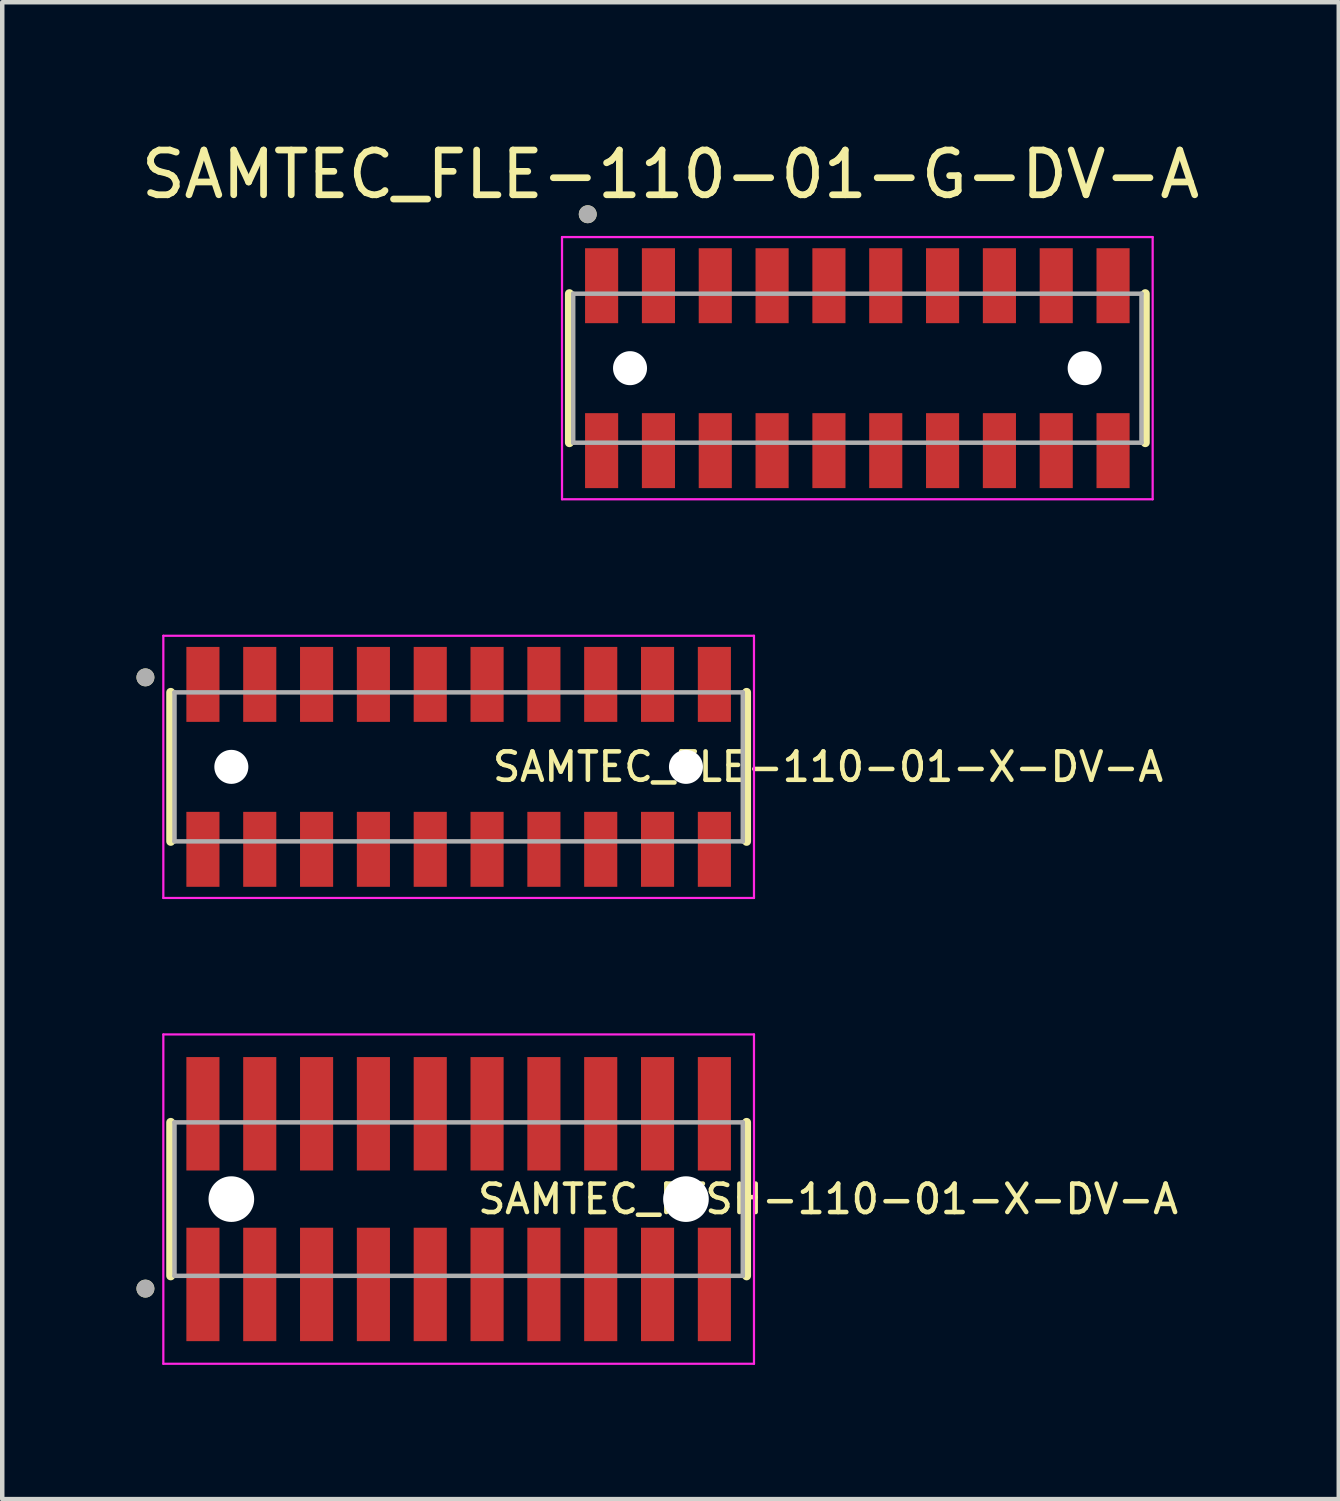
<source format=kicad_pcb>
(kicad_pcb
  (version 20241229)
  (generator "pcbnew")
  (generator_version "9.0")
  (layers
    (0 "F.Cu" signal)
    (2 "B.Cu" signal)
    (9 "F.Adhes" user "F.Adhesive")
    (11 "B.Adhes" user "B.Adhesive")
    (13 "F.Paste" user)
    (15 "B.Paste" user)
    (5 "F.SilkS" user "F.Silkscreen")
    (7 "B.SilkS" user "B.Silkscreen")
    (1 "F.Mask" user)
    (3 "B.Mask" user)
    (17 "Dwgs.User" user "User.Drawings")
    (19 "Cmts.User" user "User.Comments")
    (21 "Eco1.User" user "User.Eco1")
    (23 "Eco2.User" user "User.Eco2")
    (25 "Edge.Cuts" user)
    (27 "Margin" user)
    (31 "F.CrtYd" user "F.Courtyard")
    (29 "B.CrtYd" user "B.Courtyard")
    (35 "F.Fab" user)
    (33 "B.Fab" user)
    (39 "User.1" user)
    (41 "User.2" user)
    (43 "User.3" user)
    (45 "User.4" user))
  (footprint "SAMTEC_FTSH-110-01-X-DV-A"
    (layer "F.Cu")
    (at 7.2 23.748)
    (property "Reference" "SAMTEC_FTSH-110-01-X-DV-A" (at 8.255 0 180) (layer "F.SilkS") (effects (font (size 0.635 0.635) (thickness 0.102))))
    (attr through_hole)
    (fp_line (start -6.435 -1.715) (end -6.435 1.715) (stroke (width 0.2) (type solid)) (layer "F.SilkS"))
    (fp_line (start 6.435 -1.715) (end 6.435 1.715) (stroke (width 0.2) (type solid)) (layer "F.SilkS"))
    (fp_circle (center -7 2) (end -6.9 2) (stroke (width 0.2) (type solid)) (fill no) (layer "F.SilkS"))
    (fp_line (start -6.6 -3.68) (end 6.6 -3.68) (stroke (width 0.05) (type solid)) (layer "F.CrtYd"))
    (fp_line (start -6.6 3.68) (end -6.6 -3.68) (stroke (width 0.05) (type solid)) (layer "F.CrtYd"))
    (fp_line (start 6.6 -3.68) (end 6.6 3.68) (stroke (width 0.05) (type solid)) (layer "F.CrtYd"))
    (fp_line (start 6.6 3.68) (end -6.6 3.68) (stroke (width 0.05) (type solid)) (layer "F.CrtYd"))
    (fp_line (start -6.35 -1.715) (end 6.35 -1.715) (stroke (width 0.1) (type solid)) (layer "F.Fab"))
    (fp_line (start -6.35 1.715) (end -6.35 -1.715) (stroke (width 0.1) (type solid)) (layer "F.Fab"))
    (fp_line (start 6.35 -1.715) (end 6.35 1.715) (stroke (width 0.1) (type solid)) (layer "F.Fab"))
    (fp_line (start 6.35 1.715) (end -6.35 1.715) (stroke (width 0.1) (type solid)) (layer "F.Fab"))
    (fp_circle (center -7 2) (end -6.9 2) (stroke (width 0.2) (type solid)) (fill no) (layer "F.Fab"))
    (pad "" np_thru_hole circle (at -5.08 0) (size 1.02 1.02) (drill 1.02) (layers "*.Cu" "*.Mask"))
    (pad "" np_thru_hole circle (at 5.08 0) (size 1.02 1.02) (drill 1.02) (layers "*.Cu" "*.Mask"))
    (pad "1" smd rect (at -5.715 1.907) (size 0.74 2.535) (layers "F.Cu" "F.Mask" "F.Paste"))
    (pad "2" smd rect (at -5.715 -1.907) (size 0.74 2.535) (layers "F.Cu" "F.Mask" "F.Paste"))
    (pad "3" smd rect (at -4.445 1.907) (size 0.74 2.535) (layers "F.Cu" "F.Mask" "F.Paste"))
    (pad "4" smd rect (at -4.445 -1.907) (size 0.74 2.535) (layers "F.Cu" "F.Mask" "F.Paste"))
    (pad "5" smd rect (at -3.175 1.907) (size 0.74 2.535) (layers "F.Cu" "F.Mask" "F.Paste"))
    (pad "6" smd rect (at -3.175 -1.907) (size 0.74 2.535) (layers "F.Cu" "F.Mask" "F.Paste"))
    (pad "7" smd rect (at -1.905 1.907) (size 0.74 2.535) (layers "F.Cu" "F.Mask" "F.Paste"))
    (pad "8" smd rect (at -1.905 -1.907) (size 0.74 2.535) (layers "F.Cu" "F.Mask" "F.Paste"))
    (pad "9" smd rect (at -0.635 1.907) (size 0.74 2.535) (layers "F.Cu" "F.Mask" "F.Paste"))
    (pad "10" smd rect (at -0.635 -1.907) (size 0.74 2.535) (layers "F.Cu" "F.Mask" "F.Paste"))
    (pad "11" smd rect (at 0.635 1.907) (size 0.74 2.535) (layers "F.Cu" "F.Mask" "F.Paste"))
    (pad "12" smd rect (at 0.635 -1.907) (size 0.74 2.535) (layers "F.Cu" "F.Mask" "F.Paste"))
    (pad "13" smd rect (at 1.905 1.907) (size 0.74 2.535) (layers "F.Cu" "F.Mask" "F.Paste"))
    (pad "14" smd rect (at 1.905 -1.907) (size 0.74 2.535) (layers "F.Cu" "F.Mask" "F.Paste"))
    (pad "15" smd rect (at 3.175 1.907) (size 0.74 2.535) (layers "F.Cu" "F.Mask" "F.Paste"))
    (pad "16" smd rect (at 3.175 -1.907) (size 0.74 2.535) (layers "F.Cu" "F.Mask" "F.Paste"))
    (pad "17" smd rect (at 4.445 1.907) (size 0.74 2.535) (layers "F.Cu" "F.Mask" "F.Paste"))
    (pad "18" smd rect (at 4.445 -1.907) (size 0.74 2.535) (layers "F.Cu" "F.Mask" "F.Paste"))
    (pad "19" smd rect (at 5.715 1.907) (size 0.74 2.535) (layers "F.Cu" "F.Mask" "F.Paste"))
    (pad "20" smd rect (at 5.715 -1.907) (size 0.74 2.535) (layers "F.Cu" "F.Mask" "F.Paste")))
  (footprint "SAMTEC_FLE-110-01-G-DV-A"
    (layer "F.Cu")
    (at 16.11 5.178)
    (property "Reference" "SAMTEC_FLE-110-01-G-DV-A" (at -4.175 -4.33 0) (layer "F.SilkS") (effects (font (size 1 1) (thickness 0.15))))
    (attr through_hole)
    (fp_line (start -6.435 1.665) (end -6.435 -1.665) (stroke (width 0.2) (type solid)) (layer "F.SilkS"))
    (fp_line (start 6.435 1.665) (end 6.435 -1.665) (stroke (width 0.2) (type solid)) (layer "F.SilkS"))
    (fp_circle (center -6.025 -3.44) (end -5.925 -3.44) (stroke (width 0.2) (type solid)) (fill no) (layer "F.SilkS"))
    (fp_line (start -6.6 -2.93) (end 6.6 -2.93) (stroke (width 0.05) (type solid)) (layer "F.CrtYd"))
    (fp_line (start -6.6 2.93) (end -6.6 -2.93) (stroke (width 0.05) (type solid)) (layer "F.CrtYd"))
    (fp_line (start 6.6 -2.93) (end 6.6 2.93) (stroke (width 0.05) (type solid)) (layer "F.CrtYd"))
    (fp_line (start 6.6 2.93) (end -6.6 2.93) (stroke (width 0.05) (type solid)) (layer "F.CrtYd"))
    (fp_line (start -6.35 -1.665) (end 6.35 -1.665) (stroke (width 0.1) (type solid)) (layer "F.Fab"))
    (fp_line (start -6.35 1.665) (end -6.35 -1.665) (stroke (width 0.1) (type solid)) (layer "F.Fab"))
    (fp_line (start 6.35 -1.665) (end 6.35 1.665) (stroke (width 0.1) (type solid)) (layer "F.Fab"))
    (fp_line (start 6.35 1.665) (end -6.35 1.665) (stroke (width 0.1) (type solid)) (layer "F.Fab"))
    (fp_circle (center -6.025 -3.44) (end -5.925 -3.44) (stroke (width 0.2) (type solid)) (fill no) (layer "F.Fab"))
    (pad "" np_thru_hole circle (at -5.08 0) (size 0.76 0.76) (drill 0.76) (layers "*.Cu" "*.Mask"))
    (pad "" np_thru_hole circle (at 5.08 0) (size 0.76 0.76) (drill 0.76) (layers "*.Cu" "*.Mask"))
    (pad "1" smd rect (at -5.715 -1.843) (size 0.74 1.675) (layers "F.Cu" "F.Mask" "F.Paste"))
    (pad "2" smd rect (at -5.715 1.843) (size 0.74 1.675) (layers "F.Cu" "F.Mask" "F.Paste"))
    (pad "3" smd rect (at -4.445 -1.843) (size 0.74 1.675) (layers "F.Cu" "F.Mask" "F.Paste"))
    (pad "4" smd rect (at -4.445 1.843) (size 0.74 1.675) (layers "F.Cu" "F.Mask" "F.Paste"))
    (pad "5" smd rect (at -3.175 -1.843) (size 0.74 1.675) (layers "F.Cu" "F.Mask" "F.Paste"))
    (pad "6" smd rect (at -3.175 1.843) (size 0.74 1.675) (layers "F.Cu" "F.Mask" "F.Paste"))
    (pad "7" smd rect (at -1.905 -1.843) (size 0.74 1.675) (layers "F.Cu" "F.Mask" "F.Paste"))
    (pad "8" smd rect (at -1.905 1.843) (size 0.74 1.675) (layers "F.Cu" "F.Mask" "F.Paste"))
    (pad "9" smd rect (at -0.635 -1.843) (size 0.74 1.675) (layers "F.Cu" "F.Mask" "F.Paste"))
    (pad "10" smd rect (at -0.635 1.843) (size 0.74 1.675) (layers "F.Cu" "F.Mask" "F.Paste"))
    (pad "11" smd rect (at 0.635 -1.843) (size 0.74 1.675) (layers "F.Cu" "F.Mask" "F.Paste"))
    (pad "12" smd rect (at 0.635 1.843) (size 0.74 1.675) (layers "F.Cu" "F.Mask" "F.Paste"))
    (pad "13" smd rect (at 1.905 -1.843) (size 0.74 1.675) (layers "F.Cu" "F.Mask" "F.Paste"))
    (pad "14" smd rect (at 1.905 1.843) (size 0.74 1.675) (layers "F.Cu" "F.Mask" "F.Paste"))
    (pad "15" smd rect (at 3.175 -1.843) (size 0.74 1.675) (layers "F.Cu" "F.Mask" "F.Paste"))
    (pad "16" smd rect (at 3.175 1.843) (size 0.74 1.675) (layers "F.Cu" "F.Mask" "F.Paste"))
    (pad "17" smd rect (at 4.445 -1.843) (size 0.74 1.675) (layers "F.Cu" "F.Mask" "F.Paste"))
    (pad "18" smd rect (at 4.445 1.843) (size 0.74 1.675) (layers "F.Cu" "F.Mask" "F.Paste"))
    (pad "19" smd rect (at 5.715 -1.843) (size 0.74 1.675) (layers "F.Cu" "F.Mask" "F.Paste"))
    (pad "20" smd rect (at 5.715 1.843) (size 0.74 1.675) (layers "F.Cu" "F.Mask" "F.Paste")))
  (footprint "SAMTEC_FLE-110-01-X-DV-A"
    (layer "F.Cu")
    (at 7.2 14.088)
    (property "Reference" "SAMTEC_FLE-110-01-X-DV-A" (at 8.255 0 0) (layer "F.SilkS") (effects (font (size 0.635 0.635) (thickness 0.102))))
    (attr through_hole)
    (fp_line (start -6.435 1.665) (end -6.435 -1.665) (stroke (width 0.2) (type solid)) (layer "F.SilkS"))
    (fp_line (start 6.435 1.665) (end 6.435 -1.665) (stroke (width 0.2) (type solid)) (layer "F.SilkS"))
    (fp_circle (center -7 -2) (end -6.9 -2) (stroke (width 0.2) (type solid)) (fill no) (layer "F.SilkS"))
    (fp_line (start -6.6 -2.93) (end 6.6 -2.93) (stroke (width 0.05) (type solid)) (layer "F.CrtYd"))
    (fp_line (start -6.6 2.93) (end -6.6 -2.93) (stroke (width 0.05) (type solid)) (layer "F.CrtYd"))
    (fp_line (start 6.6 -2.93) (end 6.6 2.93) (stroke (width 0.05) (type solid)) (layer "F.CrtYd"))
    (fp_line (start 6.6 2.93) (end -6.6 2.93) (stroke (width 0.05) (type solid)) (layer "F.CrtYd"))
    (fp_line (start -6.35 -1.665) (end 6.35 -1.665) (stroke (width 0.1) (type solid)) (layer "F.Fab"))
    (fp_line (start -6.35 1.665) (end -6.35 -1.665) (stroke (width 0.1) (type solid)) (layer "F.Fab"))
    (fp_line (start 6.35 -1.665) (end 6.35 1.665) (stroke (width 0.1) (type solid)) (layer "F.Fab"))
    (fp_line (start 6.35 1.665) (end -6.35 1.665) (stroke (width 0.1) (type solid)) (layer "F.Fab"))
    (fp_circle (center -7 -2) (end -6.9 -2) (stroke (width 0.2) (type solid)) (fill no) (layer "F.Fab"))
    (pad "" np_thru_hole circle (at -5.08 0) (size 0.76 0.76) (drill 0.76) (layers "*.Cu" "*.Mask"))
    (pad "" np_thru_hole circle (at 5.08 0) (size 0.76 0.76) (drill 0.76) (layers "*.Cu" "*.Mask"))
    (pad "1" smd rect (at -5.715 -1.843) (size 0.74 1.675) (layers "F.Cu" "F.Mask" "F.Paste"))
    (pad "2" smd rect (at -5.715 1.843) (size 0.74 1.675) (layers "F.Cu" "F.Mask" "F.Paste"))
    (pad "3" smd rect (at -4.445 -1.843) (size 0.74 1.675) (layers "F.Cu" "F.Mask" "F.Paste"))
    (pad "4" smd rect (at -4.445 1.843) (size 0.74 1.675) (layers "F.Cu" "F.Mask" "F.Paste"))
    (pad "5" smd rect (at -3.175 -1.843) (size 0.74 1.675) (layers "F.Cu" "F.Mask" "F.Paste"))
    (pad "6" smd rect (at -3.175 1.843) (size 0.74 1.675) (layers "F.Cu" "F.Mask" "F.Paste"))
    (pad "7" smd rect (at -1.905 -1.843) (size 0.74 1.675) (layers "F.Cu" "F.Mask" "F.Paste"))
    (pad "8" smd rect (at -1.905 1.843) (size 0.74 1.675) (layers "F.Cu" "F.Mask" "F.Paste"))
    (pad "9" smd rect (at -0.635 -1.843) (size 0.74 1.675) (layers "F.Cu" "F.Mask" "F.Paste"))
    (pad "10" smd rect (at -0.635 1.843) (size 0.74 1.675) (layers "F.Cu" "F.Mask" "F.Paste"))
    (pad "11" smd rect (at 0.635 -1.843) (size 0.74 1.675) (layers "F.Cu" "F.Mask" "F.Paste"))
    (pad "12" smd rect (at 0.635 1.843) (size 0.74 1.675) (layers "F.Cu" "F.Mask" "F.Paste"))
    (pad "13" smd rect (at 1.905 -1.843) (size 0.74 1.675) (layers "F.Cu" "F.Mask" "F.Paste"))
    (pad "14" smd rect (at 1.905 1.843) (size 0.74 1.675) (layers "F.Cu" "F.Mask" "F.Paste"))
    (pad "15" smd rect (at 3.175 -1.843) (size 0.74 1.675) (layers "F.Cu" "F.Mask" "F.Paste"))
    (pad "16" smd rect (at 3.175 1.843) (size 0.74 1.675) (layers "F.Cu" "F.Mask" "F.Paste"))
    (pad "17" smd rect (at 4.445 -1.843) (size 0.74 1.675) (layers "F.Cu" "F.Mask" "F.Paste"))
    (pad "18" smd rect (at 4.445 1.843) (size 0.74 1.675) (layers "F.Cu" "F.Mask" "F.Paste"))
    (pad "19" smd rect (at 5.715 -1.843) (size 0.74 1.675) (layers "F.Cu" "F.Mask" "F.Paste"))
    (pad "20" smd rect (at 5.715 1.843) (size 0.74 1.675) (layers "F.Cu" "F.Mask" "F.Paste")))
  (gr_rect
    (start -3 -3)
    (end 26.869 30.453)
    (stroke (width 0.1) (type default))
    (fill no)
    (layer "Edge.Cuts")))
</source>
